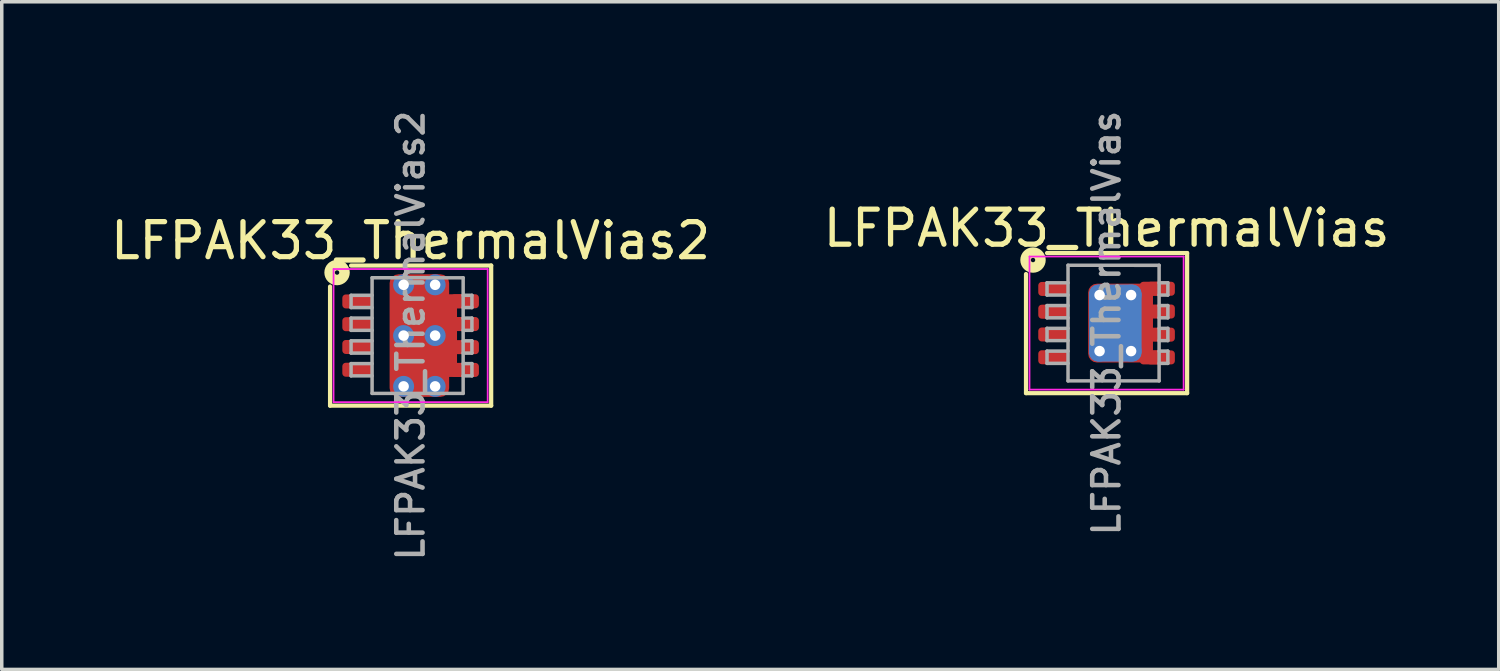
<source format=kicad_pcb>
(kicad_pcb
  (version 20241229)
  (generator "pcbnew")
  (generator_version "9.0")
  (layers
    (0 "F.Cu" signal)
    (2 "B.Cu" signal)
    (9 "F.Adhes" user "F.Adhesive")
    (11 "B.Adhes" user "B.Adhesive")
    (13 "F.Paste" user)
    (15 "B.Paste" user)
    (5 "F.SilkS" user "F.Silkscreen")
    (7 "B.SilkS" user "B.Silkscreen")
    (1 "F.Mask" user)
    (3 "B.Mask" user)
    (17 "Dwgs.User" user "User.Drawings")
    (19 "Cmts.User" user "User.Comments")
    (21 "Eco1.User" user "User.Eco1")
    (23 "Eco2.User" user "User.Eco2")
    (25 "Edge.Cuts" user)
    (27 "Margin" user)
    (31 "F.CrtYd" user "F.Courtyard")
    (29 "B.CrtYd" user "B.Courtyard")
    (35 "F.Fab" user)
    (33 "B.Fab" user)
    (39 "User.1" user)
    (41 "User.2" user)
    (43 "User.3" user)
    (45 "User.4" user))
  (footprint "LFPAK33_ThermalVias2"
    (layer "F.Cu")
    (at 8.673 6.531)
    (property "Reference" "LFPAK33_ThermalVias2" (at 0 -2.708 0) (layer "F.SilkS") (effects (font (size 1 1) (thickness 0.15))))
    (attr smd)
    (fp_line (start -2.3 -1.4) (end -2.3 2) (stroke (width 0.12) (type solid)) (layer "F.SilkS"))
    (fp_line (start -2.3 2) (end 2.3 2) (stroke (width 0.12) (type solid)) (layer "F.SilkS"))
    (fp_line (start 2.3 -2) (end -1.7 -2) (stroke (width 0.12) (type solid)) (layer "F.SilkS"))
    (fp_line (start 2.3 2) (end 2.3 -2) (stroke (width 0.12) (type solid)) (layer "F.SilkS"))
    (fp_circle (center -2.1 -1.8) (end -2.037 -1.8) (stroke (width 0.3) (type solid)) (fill no) (layer "F.SilkS"))
    (fp_line (start -2.2 -1.9) (end 2.2 -1.9) (stroke (width 0.05) (type solid)) (layer "F.CrtYd"))
    (fp_line (start -2.2 1.9) (end -2.2 -1.9) (stroke (width 0.05) (type solid)) (layer "F.CrtYd"))
    (fp_line (start -2.2 1.9) (end 2.2 1.9) (stroke (width 0.05) (type solid)) (layer "F.CrtYd"))
    (fp_line (start 2.2 -1.9) (end 2.2 1.9) (stroke (width 0.05) (type solid)) (layer "F.CrtYd"))
    (fp_line (start -1.7 -1.15) (end -1.7 -0.8) (stroke (width 0.1) (type solid)) (layer "F.Fab"))
    (fp_line (start -1.7 -1.15) (end -1.1 -1.15) (stroke (width 0.1) (type solid)) (layer "F.Fab"))
    (fp_line (start -1.7 -0.8) (end -1.1 -0.8) (stroke (width 0.1) (type solid)) (layer "F.Fab"))
    (fp_line (start -1.7 -0.5) (end -1.7 -0.15) (stroke (width 0.1) (type solid)) (layer "F.Fab"))
    (fp_line (start -1.7 -0.5) (end -1.1 -0.5) (stroke (width 0.1) (type solid)) (layer "F.Fab"))
    (fp_line (start -1.7 -0.15) (end -1.1 -0.15) (stroke (width 0.1) (type solid)) (layer "F.Fab"))
    (fp_line (start -1.7 0.15) (end -1.7 0.5) (stroke (width 0.1) (type solid)) (layer "F.Fab"))
    (fp_line (start -1.7 0.15) (end -1.1 0.15) (stroke (width 0.1) (type solid)) (layer "F.Fab"))
    (fp_line (start -1.7 0.5) (end -1.1 0.5) (stroke (width 0.1) (type solid)) (layer "F.Fab"))
    (fp_line (start -1.7 0.8) (end -1.7 1.15) (stroke (width 0.1) (type solid)) (layer "F.Fab"))
    (fp_line (start -1.7 0.8) (end -1.1 0.8) (stroke (width 0.1) (type solid)) (layer "F.Fab"))
    (fp_line (start -1.7 1.15) (end -1.1 1.15) (stroke (width 0.1) (type solid)) (layer "F.Fab"))
    (fp_line (start -1.1 -1.651) (end -1.1 1.65) (stroke (width 0.1) (type solid)) (layer "F.Fab"))
    (fp_line (start -1.1 -1.651) (end 1.5 -1.65) (stroke (width 0.1) (type solid)) (layer "F.Fab"))
    (fp_line (start -1.1 1.65) (end 1.5 1.65) (stroke (width 0.1) (type solid)) (layer "F.Fab"))
    (fp_line (start 1.5 -1.15) (end 1.75 -1.15) (stroke (width 0.1) (type solid)) (layer "F.Fab"))
    (fp_line (start 1.5 -0.5) (end 1.75 -0.5) (stroke (width 0.1) (type solid)) (layer "F.Fab"))
    (fp_line (start 1.5 0.15) (end 1.75 0.15) (stroke (width 0.1) (type solid)) (layer "F.Fab"))
    (fp_line (start 1.5 0.8) (end 1.75 0.8) (stroke (width 0.1) (type solid)) (layer "F.Fab"))
    (fp_line (start 1.5 1.65) (end 1.5 -1.65) (stroke (width 0.1) (type solid)) (layer "F.Fab"))
    (fp_line (start 1.75 -1.15) (end 1.75 -0.8) (stroke (width 0.1) (type solid)) (layer "F.Fab"))
    (fp_line (start 1.75 -0.8) (end 1.5 -0.8) (stroke (width 0.1) (type solid)) (layer "F.Fab"))
    (fp_line (start 1.75 -0.5) (end 1.75 -0.15) (stroke (width 0.1) (type solid)) (layer "F.Fab"))
    (fp_line (start 1.75 -0.15) (end 1.5 -0.15) (stroke (width 0.1) (type solid)) (layer "F.Fab"))
    (fp_line (start 1.75 0.15) (end 1.75 0.5) (stroke (width 0.1) (type solid)) (layer "F.Fab"))
    (fp_line (start 1.75 0.5) (end 1.5 0.5) (stroke (width 0.1) (type solid)) (layer "F.Fab"))
    (fp_line (start 1.75 0.8) (end 1.75 1.15) (stroke (width 0.1) (type solid)) (layer "F.Fab"))
    (fp_line (start 1.75 1.15) (end 1.5 1.15) (stroke (width 0.1) (type solid)) (layer "F.Fab"))
    (fp_text user "${REFERENCE}" (at 0 0 90) (layer "F.Fab") (effects (font (size 0.75 0.75) (thickness 0.13))))
    (pad "" smd roundrect (at -0.113 -0.713) (size 0.575 0.625) (layers "F.Paste") (roundrect_rratio 0.25))
    (pad "" smd roundrect (at -0.113 0.713) (size 0.575 0.625) (layers "F.Paste") (roundrect_rratio 0.25))
    (pad "" smd roundrect (at 0.4 -0.713 90) (size 0.825 1.85) (layers "F.Mask") (roundrect_rratio 0.25))
    (pad "" smd roundrect (at 0.4 0.713 90) (size 0.825 1.85) (layers "F.Mask") (roundrect_rratio 0.25))
    (pad "" smd roundrect (at 0.662 -0.713) (size 0.575 0.625) (layers "F.Paste") (roundrect_rratio 0.25))
    (pad "" smd roundrect (at 0.662 0.713) (size 0.575 0.625) (layers "F.Paste") (roundrect_rratio 0.25))
    (pad "1" smd roundrect (at -1.535 -0.975) (size 0.83 0.4) (layers "F.Cu" "F.Mask" "F.Paste") (roundrect_rratio 0.25))
    (pad "2" smd roundrect (at -1.535 -0.325) (size 0.83 0.4) (layers "F.Cu" "F.Mask" "F.Paste") (roundrect_rratio 0.25))
    (pad "3" smd roundrect (at -1.535 0.325) (size 0.83 0.4) (layers "F.Cu" "F.Mask" "F.Paste") (roundrect_rratio 0.25))
    (pad "4" smd roundrect (at -1.535 0.975) (size 0.83 0.4) (layers "F.Cu" "F.Mask" "F.Paste") (roundrect_rratio 0.25))
    (pad "5" thru_hole circle (at -0.2 -1.45) (size 0.6 0.6) (drill 0.3) (property pad_prop_heatsink) (layers "*.Cu" "*.Mask"))
    (pad "5" thru_hole circle (at -0.2 0) (size 0.6 0.6) (drill 0.3) (property pad_prop_heatsink) (layers "*.Cu" "*.Mask"))
    (pad "5" thru_hole circle (at -0.2 1.45) (size 0.6 0.6) (drill 0.3) (property pad_prop_heatsink) (layers "*.Cu" "*.Mask"))
    (pad "5" smd roundrect (at 0.25 0 90) (size 3.5 1.7) (layers "F.Cu") (roundrect_rratio 0.147))
    (pad "5" smd roundrect (at 0.4 0 90) (size 2.25 1.85) (layers "F.Cu") (roundrect_rratio 0.135))
    (pad "5" thru_hole circle (at 0.7 -1.45) (size 0.6 0.6) (drill 0.3) (property pad_prop_heatsink) (layers "*.Cu" "*.Mask"))
    (pad "5" thru_hole circle (at 0.7 0) (size 0.6 0.6) (drill 0.3) (property pad_prop_heatsink) (layers "*.Cu" "*.Mask"))
    (pad "5" thru_hole circle (at 0.7 1.45) (size 0.6 0.6) (drill 0.3) (property pad_prop_heatsink) (layers "*.Cu" "*.Mask"))
    (pad "5" smd roundrect (at 1.35 -0.98) (size 0.8 0.4) (layers "F.Cu") (roundrect_rratio 0.25))
    (pad "5" smd roundrect (at 1.35 0.98) (size 0.8 0.4) (layers "F.Cu") (roundrect_rratio 0.25))
    (pad "5" smd roundrect (at 1.55 -0.98) (size 0.8 0.4) (layers "F.Cu" "F.Mask" "F.Paste") (roundrect_rratio 0.25))
    (pad "5" smd roundrect (at 1.55 -0.33) (size 0.8 0.4) (layers "F.Cu" "F.Mask" "F.Paste") (roundrect_rratio 0.25))
    (pad "5" smd roundrect (at 1.55 0.33) (size 0.8 0.4) (layers "F.Cu" "F.Mask" "F.Paste") (roundrect_rratio 0.25))
    (pad "5" smd roundrect (at 1.55 0.98) (size 0.8 0.4) (layers "F.Cu" "F.Mask" "F.Paste") (roundrect_rratio 0.25)))
  (footprint "LFPAK33_ThermalVias"
    (layer "F.Cu")
    (at 28.542 6.174)
    (property "Reference" "LFPAK33_ThermalVias" (at 0 -2.708 0) (layer "F.SilkS") (effects (font (size 1 1) (thickness 0.15))))
    (attr smd)
    (fp_line (start -2.3 -1.4) (end -2.3 2) (stroke (width 0.12) (type solid)) (layer "F.SilkS"))
    (fp_line (start -2.3 2) (end 2.3 2) (stroke (width 0.12) (type solid)) (layer "F.SilkS"))
    (fp_line (start 2.3 -2) (end -1.7 -2) (stroke (width 0.12) (type solid)) (layer "F.SilkS"))
    (fp_line (start 2.3 2) (end 2.3 -2) (stroke (width 0.12) (type solid)) (layer "F.SilkS"))
    (fp_circle (center -2.1 -1.8) (end -2.037 -1.8) (stroke (width 0.3) (type solid)) (fill no) (layer "F.SilkS"))
    (fp_line (start -2.2 -1.9) (end 2.2 -1.9) (stroke (width 0.05) (type solid)) (layer "F.CrtYd"))
    (fp_line (start -2.2 1.9) (end -2.2 -1.9) (stroke (width 0.05) (type solid)) (layer "F.CrtYd"))
    (fp_line (start -2.2 1.9) (end 2.2 1.9) (stroke (width 0.05) (type solid)) (layer "F.CrtYd"))
    (fp_line (start 2.2 -1.9) (end 2.2 1.9) (stroke (width 0.05) (type solid)) (layer "F.CrtYd"))
    (fp_line (start -1.7 -1.15) (end -1.7 -0.8) (stroke (width 0.1) (type solid)) (layer "F.Fab"))
    (fp_line (start -1.7 -1.15) (end -1.1 -1.15) (stroke (width 0.1) (type solid)) (layer "F.Fab"))
    (fp_line (start -1.7 -0.8) (end -1.1 -0.8) (stroke (width 0.1) (type solid)) (layer "F.Fab"))
    (fp_line (start -1.7 -0.5) (end -1.7 -0.15) (stroke (width 0.1) (type solid)) (layer "F.Fab"))
    (fp_line (start -1.7 -0.5) (end -1.1 -0.5) (stroke (width 0.1) (type solid)) (layer "F.Fab"))
    (fp_line (start -1.7 -0.15) (end -1.1 -0.15) (stroke (width 0.1) (type solid)) (layer "F.Fab"))
    (fp_line (start -1.7 0.15) (end -1.7 0.5) (stroke (width 0.1) (type solid)) (layer "F.Fab"))
    (fp_line (start -1.7 0.15) (end -1.1 0.15) (stroke (width 0.1) (type solid)) (layer "F.Fab"))
    (fp_line (start -1.7 0.5) (end -1.1 0.5) (stroke (width 0.1) (type solid)) (layer "F.Fab"))
    (fp_line (start -1.7 0.8) (end -1.7 1.15) (stroke (width 0.1) (type solid)) (layer "F.Fab"))
    (fp_line (start -1.7 0.8) (end -1.1 0.8) (stroke (width 0.1) (type solid)) (layer "F.Fab"))
    (fp_line (start -1.7 1.15) (end -1.1 1.15) (stroke (width 0.1) (type solid)) (layer "F.Fab"))
    (fp_line (start -1.1 -1.651) (end -1.1 1.65) (stroke (width 0.1) (type solid)) (layer "F.Fab"))
    (fp_line (start -1.1 -1.651) (end 1.5 -1.65) (stroke (width 0.1) (type solid)) (layer "F.Fab"))
    (fp_line (start -1.1 1.65) (end 1.5 1.65) (stroke (width 0.1) (type solid)) (layer "F.Fab"))
    (fp_line (start 1.5 -1.15) (end 1.75 -1.15) (stroke (width 0.1) (type solid)) (layer "F.Fab"))
    (fp_line (start 1.5 -0.5) (end 1.75 -0.5) (stroke (width 0.1) (type solid)) (layer "F.Fab"))
    (fp_line (start 1.5 0.15) (end 1.75 0.15) (stroke (width 0.1) (type solid)) (layer "F.Fab"))
    (fp_line (start 1.5 0.8) (end 1.75 0.8) (stroke (width 0.1) (type solid)) (layer "F.Fab"))
    (fp_line (start 1.5 1.65) (end 1.5 -1.65) (stroke (width 0.1) (type solid)) (layer "F.Fab"))
    (fp_line (start 1.75 -1.15) (end 1.75 -0.8) (stroke (width 0.1) (type solid)) (layer "F.Fab"))
    (fp_line (start 1.75 -0.8) (end 1.5 -0.8) (stroke (width 0.1) (type solid)) (layer "F.Fab"))
    (fp_line (start 1.75 -0.5) (end 1.75 -0.15) (stroke (width 0.1) (type solid)) (layer "F.Fab"))
    (fp_line (start 1.75 -0.15) (end 1.5 -0.15) (stroke (width 0.1) (type solid)) (layer "F.Fab"))
    (fp_line (start 1.75 0.15) (end 1.75 0.5) (stroke (width 0.1) (type solid)) (layer "F.Fab"))
    (fp_line (start 1.75 0.5) (end 1.5 0.5) (stroke (width 0.1) (type solid)) (layer "F.Fab"))
    (fp_line (start 1.75 0.8) (end 1.75 1.15) (stroke (width 0.1) (type solid)) (layer "F.Fab"))
    (fp_line (start 1.75 1.15) (end 1.5 1.15) (stroke (width 0.1) (type solid)) (layer "F.Fab"))
    (fp_text user "${REFERENCE}" (at 0 0 90) (layer "F.Fab") (effects (font (size 0.75 0.75) (thickness 0.13))))
    (pad "" smd roundrect (at 0.25 0) (size 1.4 1.3) (layers "F.Paste") (roundrect_rratio 0.192))
    (pad "1" smd roundrect (at -1.535 -0.975) (size 0.83 0.4) (layers "F.Cu" "F.Mask" "F.Paste") (roundrect_rratio 0.25))
    (pad "2" smd roundrect (at -1.535 -0.325) (size 0.83 0.4) (layers "F.Cu" "F.Mask" "F.Paste") (roundrect_rratio 0.25))
    (pad "3" smd roundrect (at -1.535 0.325) (size 0.83 0.4) (layers "F.Cu" "F.Mask" "F.Paste") (roundrect_rratio 0.25))
    (pad "4" smd roundrect (at -1.535 0.975) (size 0.83 0.4) (layers "F.Cu" "F.Mask" "F.Paste") (roundrect_rratio 0.25))
    (pad "5" thru_hole circle (at -0.2 -0.8) (size 0.6 0.6) (drill 0.3) (property pad_prop_heatsink) (layers "*.Cu"))
    (pad "5" thru_hole circle (at -0.2 0.8) (size 0.6 0.6) (drill 0.3) (property pad_prop_heatsink) (layers "*.Cu"))
    (pad "5" smd roundrect (at 0.25 0 90) (size 2.2 1.5) (layers "B.Cu" "B.Mask") (roundrect_rratio 0.167))
    (pad "5" smd roundrect (at 0.4 0 90) (size 2.25 1.85) (layers "F.Cu" "F.Mask") (roundrect_rratio 0.135))
    (pad "5" thru_hole circle (at 0.7 -0.8) (size 0.6 0.6) (drill 0.3) (property pad_prop_heatsink) (layers "*.Cu"))
    (pad "5" thru_hole circle (at 0.7 0.8) (size 0.6 0.6) (drill 0.3) (property pad_prop_heatsink) (layers "*.Cu"))
    (pad "5" smd roundrect (at 1.35 -0.98) (size 0.8 0.4) (layers "F.Cu" "F.Mask") (roundrect_rratio 0.25))
    (pad "5" smd roundrect (at 1.35 0.98) (size 0.8 0.4) (layers "F.Cu" "F.Mask") (roundrect_rratio 0.25))
    (pad "5" smd roundrect (at 1.55 -0.98) (size 0.8 0.4) (layers "F.Cu" "F.Mask" "F.Paste") (roundrect_rratio 0.25))
    (pad "5" smd roundrect (at 1.55 -0.33) (size 0.8 0.4) (layers "F.Cu" "F.Mask" "F.Paste") (roundrect_rratio 0.25))
    (pad "5" smd roundrect (at 1.55 0.33) (size 0.8 0.4) (layers "F.Cu" "F.Mask" "F.Paste") (roundrect_rratio 0.25))
    (pad "5" smd roundrect (at 1.55 0.98) (size 0.8 0.4) (layers "F.Cu" "F.Mask" "F.Paste") (roundrect_rratio 0.25)))
  (gr_rect
    (start -3 -3)
    (end 39.738 16.061)
    (stroke (width 0.1) (type default))
    (fill no)
    (layer "Edge.Cuts")))
</source>
